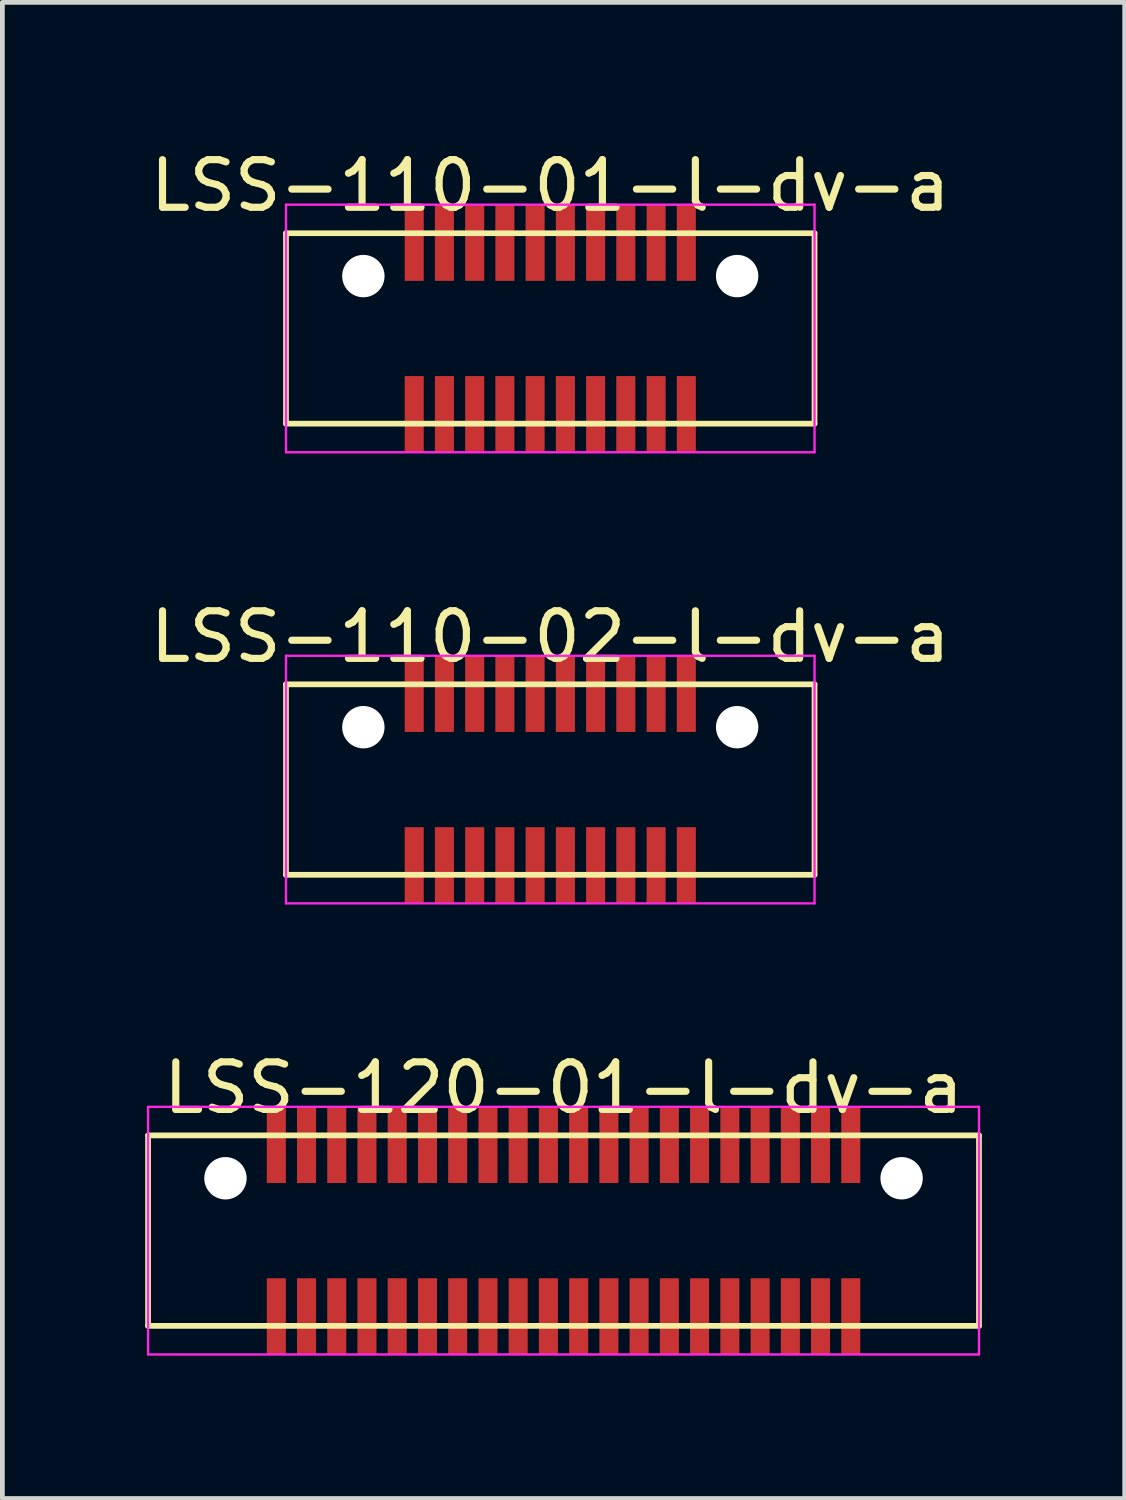
<source format=kicad_pcb>
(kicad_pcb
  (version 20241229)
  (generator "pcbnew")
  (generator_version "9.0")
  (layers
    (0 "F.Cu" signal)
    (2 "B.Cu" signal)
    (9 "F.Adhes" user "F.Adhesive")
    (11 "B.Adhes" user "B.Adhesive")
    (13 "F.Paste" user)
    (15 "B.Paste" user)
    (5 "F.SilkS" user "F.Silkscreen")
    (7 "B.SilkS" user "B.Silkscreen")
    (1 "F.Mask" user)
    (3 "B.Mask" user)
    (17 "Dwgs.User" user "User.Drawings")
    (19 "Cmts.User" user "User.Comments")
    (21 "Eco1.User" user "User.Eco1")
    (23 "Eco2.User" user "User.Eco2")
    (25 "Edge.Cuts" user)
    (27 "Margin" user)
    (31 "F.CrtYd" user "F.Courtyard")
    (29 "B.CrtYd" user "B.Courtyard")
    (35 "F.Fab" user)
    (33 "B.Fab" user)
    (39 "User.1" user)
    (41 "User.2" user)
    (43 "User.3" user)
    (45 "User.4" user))
  (footprint "LSS-110-01-l-dv-a"
    (layer "F.Cu")
    (at 8.506 3.848)
    (property "Reference" "LSS-110-01-l-dv-a" (at 0 -3 0) (layer "F.SilkS") (effects (font (size 1 1) (thickness 0.15))))
    (attr through_hole)
    (fp_line (start -5.55 -2) (end -5.55 2) (stroke (width 0.12) (type solid)) (layer "F.SilkS"))
    (fp_line (start -5.55 2) (end 5.55 2) (stroke (width 0.12) (type solid)) (layer "F.SilkS"))
    (fp_line (start 5.55 -2) (end -5.55 -2) (stroke (width 0.12) (type solid)) (layer "F.SilkS"))
    (fp_line (start 5.55 2) (end 5.55 -2) (stroke (width 0.12) (type solid)) (layer "F.SilkS"))
    (fp_line (start -5.55 -2.6) (end -5.55 2.6) (stroke (width 0.05) (type solid)) (layer "F.CrtYd"))
    (fp_line (start -5.55 2.6) (end 5.55 2.6) (stroke (width 0.05) (type solid)) (layer "F.CrtYd"))
    (fp_line (start 5.55 -2.6) (end -5.55 -2.6) (stroke (width 0.05) (type solid)) (layer "F.CrtYd"))
    (fp_line (start 5.55 2.6) (end 5.55 -2.6) (stroke (width 0.05) (type solid)) (layer "F.CrtYd"))
    (pad "" np_thru_hole circle (at -3.925 -1.1) (size 0.89 0.89) (drill 0.89) (layers "*.Cu" "*.Mask"))
    (pad "" np_thru_hole circle (at 3.925 -1.1) (size 0.89 0.89) (drill 0.89) (layers "*.Cu" "*.Mask"))
    (pad "1" smd rect (at -2.857 -1.8) (size 0.4 1.6) (layers "F.Cu" "F.Mask" "F.Paste"))
    (pad "2" smd rect (at -2.857 1.8) (size 0.4 1.6) (layers "F.Cu" "F.Mask" "F.Paste"))
    (pad "3" smd rect (at -2.223 -1.8) (size 0.4 1.6) (layers "F.Cu" "F.Mask" "F.Paste"))
    (pad "4" smd rect (at -2.223 1.8) (size 0.4 1.6) (layers "F.Cu" "F.Mask" "F.Paste"))
    (pad "5" smd rect (at -1.587 -1.8) (size 0.4 1.6) (layers "F.Cu" "F.Mask" "F.Paste"))
    (pad "6" smd rect (at -1.587 1.8) (size 0.4 1.6) (layers "F.Cu" "F.Mask" "F.Paste"))
    (pad "7" smd rect (at -0.953 -1.8) (size 0.4 1.6) (layers "F.Cu" "F.Mask" "F.Paste"))
    (pad "8" smd rect (at -0.953 1.8) (size 0.4 1.6) (layers "F.Cu" "F.Mask" "F.Paste"))
    (pad "9" smd rect (at -0.318 -1.8) (size 0.4 1.6) (layers "F.Cu" "F.Mask" "F.Paste"))
    (pad "10" smd rect (at -0.318 1.8) (size 0.4 1.6) (layers "F.Cu" "F.Mask" "F.Paste"))
    (pad "11" smd rect (at 0.318 -1.8) (size 0.4 1.6) (layers "F.Cu" "F.Mask" "F.Paste"))
    (pad "12" smd rect (at 0.318 1.8) (size 0.4 1.6) (layers "F.Cu" "F.Mask" "F.Paste"))
    (pad "13" smd rect (at 0.953 -1.8) (size 0.4 1.6) (layers "F.Cu" "F.Mask" "F.Paste"))
    (pad "14" smd rect (at 0.953 1.8) (size 0.4 1.6) (layers "F.Cu" "F.Mask" "F.Paste"))
    (pad "15" smd rect (at 1.587 -1.8) (size 0.4 1.6) (layers "F.Cu" "F.Mask" "F.Paste"))
    (pad "16" smd rect (at 1.587 1.8) (size 0.4 1.6) (layers "F.Cu" "F.Mask" "F.Paste"))
    (pad "17" smd rect (at 2.223 -1.8) (size 0.4 1.6) (layers "F.Cu" "F.Mask" "F.Paste"))
    (pad "18" smd rect (at 2.223 1.8) (size 0.4 1.6) (layers "F.Cu" "F.Mask" "F.Paste"))
    (pad "19" smd rect (at 2.857 -1.8) (size 0.4 1.6) (layers "F.Cu" "F.Mask" "F.Paste"))
    (pad "20" smd rect (at 2.857 1.8) (size 0.4 1.6) (layers "F.Cu" "F.Mask" "F.Paste")))
  (footprint "LSS-110-02-l-dv-a"
    (layer "F.Cu")
    (at 8.506 13.322)
    (property "Reference" "LSS-110-02-l-dv-a" (at 0 -3 0) (layer "F.SilkS") (effects (font (size 1 1) (thickness 0.15))))
    (attr through_hole)
    (fp_line (start -5.55 -2) (end -5.55 2) (stroke (width 0.12) (type solid)) (layer "F.SilkS"))
    (fp_line (start -5.55 2) (end 5.55 2) (stroke (width 0.12) (type solid)) (layer "F.SilkS"))
    (fp_line (start 5.55 -2) (end -5.55 -2) (stroke (width 0.12) (type solid)) (layer "F.SilkS"))
    (fp_line (start 5.55 2) (end 5.55 -2) (stroke (width 0.12) (type solid)) (layer "F.SilkS"))
    (fp_line (start -5.55 -2.6) (end -5.55 2.6) (stroke (width 0.05) (type solid)) (layer "F.CrtYd"))
    (fp_line (start -5.55 2.6) (end 5.55 2.6) (stroke (width 0.05) (type solid)) (layer "F.CrtYd"))
    (fp_line (start 5.55 -2.6) (end -5.55 -2.6) (stroke (width 0.05) (type solid)) (layer "F.CrtYd"))
    (fp_line (start 5.55 2.6) (end 5.55 -2.6) (stroke (width 0.05) (type solid)) (layer "F.CrtYd"))
    (pad "" np_thru_hole circle (at -3.925 -1.1) (size 0.89 0.89) (drill 0.89) (layers "*.Cu" "*.Mask"))
    (pad "" np_thru_hole circle (at 3.925 -1.1) (size 0.89 0.89) (drill 0.89) (layers "*.Cu" "*.Mask"))
    (pad "1" smd rect (at -2.857 -1.8) (size 0.4 1.6) (layers "F.Cu" "F.Mask" "F.Paste"))
    (pad "2" smd rect (at -2.857 1.8) (size 0.4 1.6) (layers "F.Cu" "F.Mask" "F.Paste"))
    (pad "3" smd rect (at -2.223 -1.8) (size 0.4 1.6) (layers "F.Cu" "F.Mask" "F.Paste"))
    (pad "4" smd rect (at -2.223 1.8) (size 0.4 1.6) (layers "F.Cu" "F.Mask" "F.Paste"))
    (pad "5" smd rect (at -1.587 -1.8) (size 0.4 1.6) (layers "F.Cu" "F.Mask" "F.Paste"))
    (pad "6" smd rect (at -1.587 1.8) (size 0.4 1.6) (layers "F.Cu" "F.Mask" "F.Paste"))
    (pad "7" smd rect (at -0.953 -1.8) (size 0.4 1.6) (layers "F.Cu" "F.Mask" "F.Paste"))
    (pad "8" smd rect (at -0.953 1.8) (size 0.4 1.6) (layers "F.Cu" "F.Mask" "F.Paste"))
    (pad "9" smd rect (at -0.318 -1.8) (size 0.4 1.6) (layers "F.Cu" "F.Mask" "F.Paste"))
    (pad "10" smd rect (at -0.318 1.8) (size 0.4 1.6) (layers "F.Cu" "F.Mask" "F.Paste"))
    (pad "11" smd rect (at 0.318 -1.8) (size 0.4 1.6) (layers "F.Cu" "F.Mask" "F.Paste"))
    (pad "12" smd rect (at 0.318 1.8) (size 0.4 1.6) (layers "F.Cu" "F.Mask" "F.Paste"))
    (pad "13" smd rect (at 0.953 -1.8) (size 0.4 1.6) (layers "F.Cu" "F.Mask" "F.Paste"))
    (pad "14" smd rect (at 0.953 1.8) (size 0.4 1.6) (layers "F.Cu" "F.Mask" "F.Paste"))
    (pad "15" smd rect (at 1.587 -1.8) (size 0.4 1.6) (layers "F.Cu" "F.Mask" "F.Paste"))
    (pad "16" smd rect (at 1.587 1.8) (size 0.4 1.6) (layers "F.Cu" "F.Mask" "F.Paste"))
    (pad "17" smd rect (at 2.223 -1.8) (size 0.4 1.6) (layers "F.Cu" "F.Mask" "F.Paste"))
    (pad "18" smd rect (at 2.223 1.8) (size 0.4 1.6) (layers "F.Cu" "F.Mask" "F.Paste"))
    (pad "19" smd rect (at 2.857 -1.8) (size 0.4 1.6) (layers "F.Cu" "F.Mask" "F.Paste"))
    (pad "20" smd rect (at 2.857 1.8) (size 0.4 1.6) (layers "F.Cu" "F.Mask" "F.Paste")))
  (footprint "LSS-120-01-l-dv-a"
    (layer "F.Cu")
    (at 8.785 22.795)
    (property "Reference" "LSS-120-01-l-dv-a" (at 0 -3 0) (layer "F.SilkS") (effects (font (size 1 1) (thickness 0.15))))
    (attr through_hole)
    (fp_line (start -8.725 -2) (end -8.725 2) (stroke (width 0.12) (type solid)) (layer "F.SilkS"))
    (fp_line (start -8.725 2) (end 8.725 2) (stroke (width 0.12) (type solid)) (layer "F.SilkS"))
    (fp_line (start 8.725 -2) (end -8.725 -2) (stroke (width 0.12) (type solid)) (layer "F.SilkS"))
    (fp_line (start 8.725 2) (end 8.725 -2) (stroke (width 0.12) (type solid)) (layer "F.SilkS"))
    (fp_line (start -8.725 -2.6) (end -8.725 2.6) (stroke (width 0.05) (type solid)) (layer "F.CrtYd"))
    (fp_line (start -8.725 2.6) (end 8.725 2.6) (stroke (width 0.05) (type solid)) (layer "F.CrtYd"))
    (fp_line (start 8.725 -2.6) (end -8.725 -2.6) (stroke (width 0.05) (type solid)) (layer "F.CrtYd"))
    (fp_line (start 8.725 2.6) (end 8.725 -2.6) (stroke (width 0.05) (type solid)) (layer "F.CrtYd"))
    (pad "" np_thru_hole circle (at -7.1 -1.1) (size 0.89 0.89) (drill 0.89) (layers "*.Cu" "*.Mask"))
    (pad "" np_thru_hole circle (at 7.1 -1.1) (size 0.89 0.89) (drill 0.89) (layers "*.Cu" "*.Mask"))
    (pad "1" smd rect (at -6.032 -1.8) (size 0.4 1.6) (layers "F.Cu" "F.Mask" "F.Paste"))
    (pad "2" smd rect (at -6.032 1.8) (size 0.4 1.6) (layers "F.Cu" "F.Mask" "F.Paste"))
    (pad "3" smd rect (at -5.397 -1.8) (size 0.4 1.6) (layers "F.Cu" "F.Mask" "F.Paste"))
    (pad "4" smd rect (at -5.397 1.8) (size 0.4 1.6) (layers "F.Cu" "F.Mask" "F.Paste"))
    (pad "5" smd rect (at -4.763 -1.8) (size 0.4 1.6) (layers "F.Cu" "F.Mask" "F.Paste"))
    (pad "6" smd rect (at -4.763 1.8) (size 0.4 1.6) (layers "F.Cu" "F.Mask" "F.Paste"))
    (pad "7" smd rect (at -4.128 -1.8) (size 0.4 1.6) (layers "F.Cu" "F.Mask" "F.Paste"))
    (pad "8" smd rect (at -4.128 1.8) (size 0.4 1.6) (layers "F.Cu" "F.Mask" "F.Paste"))
    (pad "9" smd rect (at -3.493 -1.8) (size 0.4 1.6) (layers "F.Cu" "F.Mask" "F.Paste"))
    (pad "10" smd rect (at -3.493 1.8) (size 0.4 1.6) (layers "F.Cu" "F.Mask" "F.Paste"))
    (pad "11" smd rect (at -2.857 -1.8) (size 0.4 1.6) (layers "F.Cu" "F.Mask" "F.Paste"))
    (pad "12" smd rect (at -2.857 1.8) (size 0.4 1.6) (layers "F.Cu" "F.Mask" "F.Paste"))
    (pad "13" smd rect (at -2.223 -1.8) (size 0.4 1.6) (layers "F.Cu" "F.Mask" "F.Paste"))
    (pad "14" smd rect (at -2.223 1.8) (size 0.4 1.6) (layers "F.Cu" "F.Mask" "F.Paste"))
    (pad "15" smd rect (at -1.587 -1.8) (size 0.4 1.6) (layers "F.Cu" "F.Mask" "F.Paste"))
    (pad "16" smd rect (at -1.587 1.8) (size 0.4 1.6) (layers "F.Cu" "F.Mask" "F.Paste"))
    (pad "17" smd rect (at -0.953 -1.8) (size 0.4 1.6) (layers "F.Cu" "F.Mask" "F.Paste"))
    (pad "18" smd rect (at -0.953 1.8) (size 0.4 1.6) (layers "F.Cu" "F.Mask" "F.Paste"))
    (pad "19" smd rect (at -0.318 -1.8) (size 0.4 1.6) (layers "F.Cu" "F.Mask" "F.Paste"))
    (pad "20" smd rect (at -0.318 1.8) (size 0.4 1.6) (layers "F.Cu" "F.Mask" "F.Paste"))
    (pad "21" smd rect (at 0.318 -1.8) (size 0.4 1.6) (layers "F.Cu" "F.Mask" "F.Paste"))
    (pad "22" smd rect (at 0.318 1.8) (size 0.4 1.6) (layers "F.Cu" "F.Mask" "F.Paste"))
    (pad "23" smd rect (at 0.953 -1.8) (size 0.4 1.6) (layers "F.Cu" "F.Mask" "F.Paste"))
    (pad "24" smd rect (at 0.953 1.8) (size 0.4 1.6) (layers "F.Cu" "F.Mask" "F.Paste"))
    (pad "25" smd rect (at 1.587 -1.8) (size 0.4 1.6) (layers "F.Cu" "F.Mask" "F.Paste"))
    (pad "26" smd rect (at 1.587 1.8) (size 0.4 1.6) (layers "F.Cu" "F.Mask" "F.Paste"))
    (pad "27" smd rect (at 2.223 -1.8) (size 0.4 1.6) (layers "F.Cu" "F.Mask" "F.Paste"))
    (pad "28" smd rect (at 2.223 1.8) (size 0.4 1.6) (layers "F.Cu" "F.Mask" "F.Paste"))
    (pad "29" smd rect (at 2.857 -1.8) (size 0.4 1.6) (layers "F.Cu" "F.Mask" "F.Paste"))
    (pad "30" smd rect (at 2.857 1.8) (size 0.4 1.6) (layers "F.Cu" "F.Mask" "F.Paste"))
    (pad "31" smd rect (at 3.493 -1.8) (size 0.4 1.6) (layers "F.Cu" "F.Mask" "F.Paste"))
    (pad "32" smd rect (at 3.493 1.8) (size 0.4 1.6) (layers "F.Cu" "F.Mask" "F.Paste"))
    (pad "33" smd rect (at 4.128 -1.8) (size 0.4 1.6) (layers "F.Cu" "F.Mask" "F.Paste"))
    (pad "34" smd rect (at 4.128 1.8) (size 0.4 1.6) (layers "F.Cu" "F.Mask" "F.Paste"))
    (pad "35" smd rect (at 4.763 -1.8) (size 0.4 1.6) (layers "F.Cu" "F.Mask" "F.Paste"))
    (pad "36" smd rect (at 4.763 1.8) (size 0.4 1.6) (layers "F.Cu" "F.Mask" "F.Paste"))
    (pad "37" smd rect (at 5.397 -1.8) (size 0.4 1.6) (layers "F.Cu" "F.Mask" "F.Paste"))
    (pad "38" smd rect (at 5.397 1.8) (size 0.4 1.6) (layers "F.Cu" "F.Mask" "F.Paste"))
    (pad "39" smd rect (at 6.032 -1.8) (size 0.4 1.6) (layers "F.Cu" "F.Mask" "F.Paste"))
    (pad "40" smd rect (at 6.032 1.8) (size 0.4 1.6) (layers "F.Cu" "F.Mask" "F.Paste")))
  (gr_rect
    (start -3 -3)
    (end 20.57 28.42)
    (stroke (width 0.1) (type default))
    (fill no)
    (layer "Edge.Cuts")))
</source>
